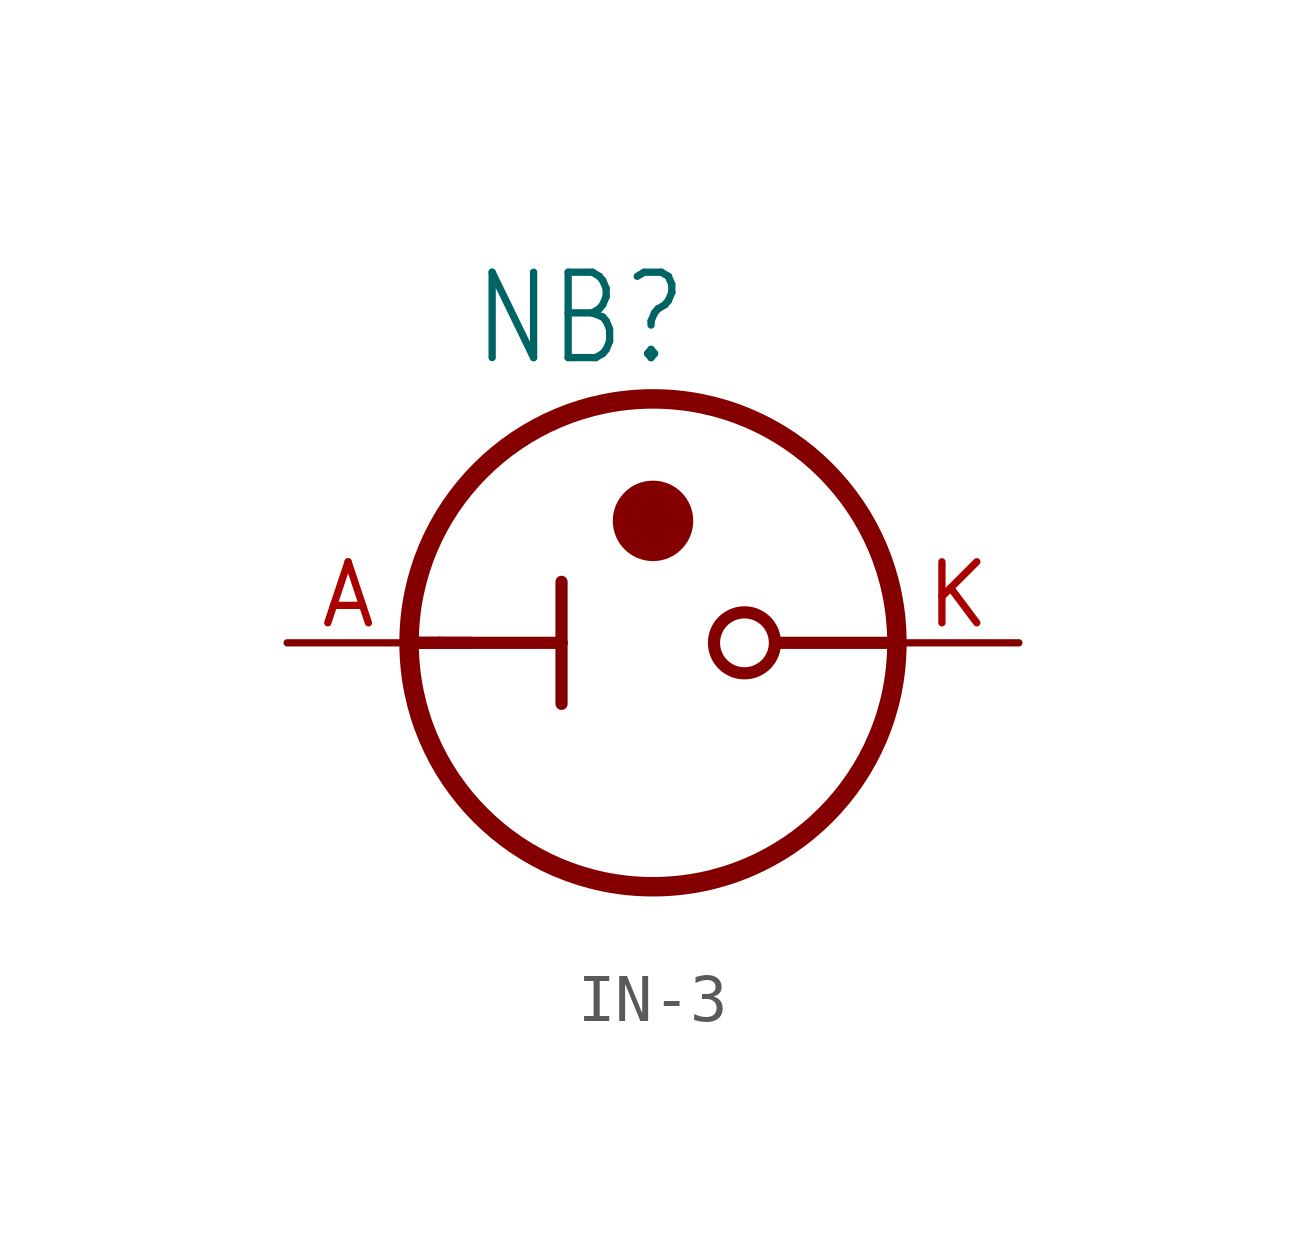
<source format=kicad_sym>
(kicad_symbol_lib
  (version 20211014)
  (generator kicad_symbol_editor)
  (symbol "IN-3"
    (property "Reference" "NB"
      (at 1.27 3.175 0)
      (effects (font (size 1.778 1.511)) (justify left bottom)))
    (property "ki_locked" ""
      (at 0 0 0)
      (effects (font (size 1.27 1.27))))
    (symbol "IN-3_1_0"
      (polyline (pts (xy 0 -2.54) (xy 0.635 -2.54)) (stroke (width 0.254) (type default) (color 0 0 0 0)) (fill (type none)))
      (polyline (pts (xy 0.635 -2.54) (xy 0 -2.54)) (stroke (width 0.254) (type default) (color 0 0 0 0)) (fill (type none)))
      (polyline (pts (xy 0.635 -2.54) (xy 3.175 -2.54)) (stroke (width 0.254) (type default) (color 0 0 0 0)) (fill (type none)))
      (polyline (pts (xy 1.27 -2.54) (xy 0.635 -2.54)) (stroke (width 0.254) (type default) (color 0 0 0 0)) (fill (type none)))
      (polyline (pts (xy 3.175 -2.54) (xy 3.175 -3.81)) (stroke (width 0.254) (type default) (color 0 0 0 0)) (fill (type none)))
      (polyline (pts (xy 3.175 -2.54) (xy 3.175 -1.27)) (stroke (width 0.254) (type default) (color 0 0 0 0)) (fill (type none)))
      (polyline (pts (xy 4.763 0) (xy 5.08 0)) (stroke (width 0.254) (type default) (color 0 0 0 0)) (fill (type none)))
      (polyline (pts (xy 5.08 0) (xy 5.08 -0.318)) (stroke (width 0.406) (type default) (color 0 0 0 0)) (fill (type none)))
      (polyline (pts (xy 5.08 0) (xy 5.08 0.318)) (stroke (width 0.406) (type default) (color 0 0 0 0)) (fill (type none)))
      (polyline (pts (xy 5.08 0) (xy 5.397 0)) (stroke (width 0.254) (type default) (color 0 0 0 0)) (fill (type none)))
      (polyline (pts (xy 10.16 -2.54) (xy 7.62 -2.54)) (stroke (width 0.254) (type default) (color 0 0 0 0)) (fill (type none)))
      (circle (center 5.08 -2.54) (radius 5.08) (stroke (width 0.406) (type default) (color 0 0 0 0)) (fill (type none)))
      (circle (center 5.08 0) (radius 0.318) (stroke (width 0.254) (type default) (color 0 0 0 0)) (fill (type none)))
      (circle (center 5.08 0) (radius 0.635) (stroke (width 0.406) (type default) (color 0 0 0 0)) (fill (type none)))
      (circle (center 6.985 -2.54) (radius 0.635) (stroke (width 0.254) (type default) (color 0 0 0 0)) (fill (type none)))
      (pin bidirectional line (at -2.54 -2.54 0) (length 2.54) (name "A" (effects (font (size 0 0)))) (number "A" (effects (font (size 1.27 1.27)))))
      (pin bidirectional line (at 12.7 -2.54 180) (length 2.54) (name "K" (effects (font (size 0 0)))) (number "K" (effects (font (size 1.27 1.27))))))))
</source>
